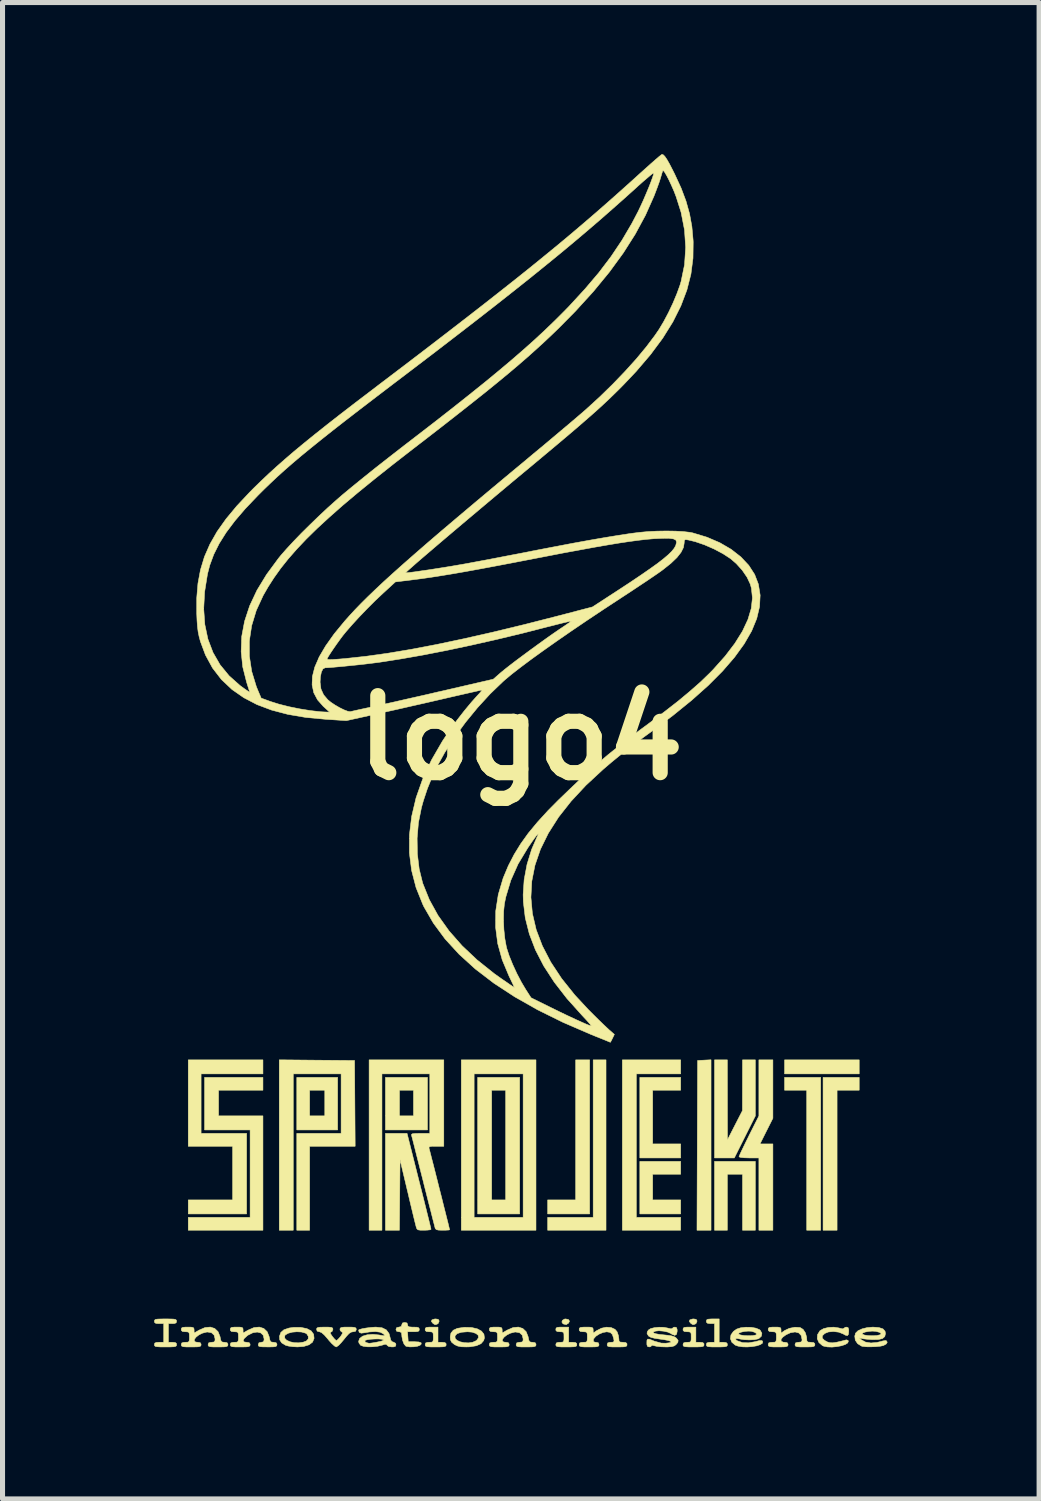
<source format=kicad_pcb>
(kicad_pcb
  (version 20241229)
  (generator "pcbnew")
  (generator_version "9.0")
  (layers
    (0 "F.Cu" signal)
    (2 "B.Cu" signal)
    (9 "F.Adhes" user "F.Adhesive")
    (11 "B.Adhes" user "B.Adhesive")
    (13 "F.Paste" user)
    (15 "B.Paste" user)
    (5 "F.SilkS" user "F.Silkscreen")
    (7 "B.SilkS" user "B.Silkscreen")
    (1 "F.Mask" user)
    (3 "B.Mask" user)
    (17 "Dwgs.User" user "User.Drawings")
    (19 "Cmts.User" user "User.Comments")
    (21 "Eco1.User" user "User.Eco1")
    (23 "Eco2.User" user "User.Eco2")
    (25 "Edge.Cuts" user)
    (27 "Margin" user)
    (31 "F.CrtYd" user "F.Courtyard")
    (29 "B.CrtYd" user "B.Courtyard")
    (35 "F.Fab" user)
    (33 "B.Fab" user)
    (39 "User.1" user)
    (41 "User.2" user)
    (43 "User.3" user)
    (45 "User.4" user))
  (footprint "logo4"
    (layer "F.Cu")
    (at 7.256 11.55)
    (property "Reference" "logo4" (at 0 0 0) (layer "F.SilkS") (effects (font (size 1.524 1.524) (thickness 0.3))))
    (attr through_hole)
    (fp_poly (pts (xy 6.696 6.65) (xy 5.219 6.65) (xy 5.219 6.373) (xy 6.696 6.373) (xy 6.696 6.65)) (stroke (width 0.01) (type solid)) (fill yes) (layer "F.SilkS"))
    (fp_poly (pts (xy 3.764 9.744) (xy 3.486 9.744) (xy 3.492 8.065) (xy 3.498 6.385) (xy 3.764 6.371) (xy 3.764 9.744)) (stroke (width 0.01) (type solid)) (fill yes) (layer "F.SilkS"))
    (fp_poly (pts (xy 1.362 9.421) (xy 0.531 9.421) (xy 0.531 9.144) (xy 1.085 9.144) (xy 1.085 6.373) (xy 1.362 6.373) (xy 1.362 9.421)) (stroke (width 0.01) (type solid)) (fill yes) (layer "F.SilkS"))
    (fp_poly (pts (xy 1.686 9.744) (xy 0.531 9.744) (xy 0.531 9.49) (xy 1.432 9.49) (xy 1.432 6.373) (xy 1.686 6.373) (xy 1.686 9.744)) (stroke (width 0.01) (type solid)) (fill yes) (layer "F.SilkS"))
    (fp_poly (pts (xy 5.934 9.744) (xy 5.657 9.744) (xy 5.657 6.973) (xy 5.219 6.973) (xy 5.219 6.719) (xy 5.934 6.719) (xy 5.934 9.744)) (stroke (width 0.01) (type solid)) (fill yes) (layer "F.SilkS"))
    (fp_poly (pts (xy 6.696 6.973) (xy 6.258 6.973) (xy 6.258 9.744) (xy 5.981 9.744) (xy 5.981 6.719) (xy 6.696 6.719) (xy 6.696 6.973)) (stroke (width 0.01) (type solid)) (fill yes) (layer "F.SilkS"))
    (fp_poly (pts (xy 3.163 6.65) (xy 2.286 6.65) (xy 2.286 9.49) (xy 3.163 9.49) (xy 3.163 9.744) (xy 2.009 9.744) (xy 2.009 6.373) (xy 3.163 6.373) (xy 3.163 6.65)) (stroke (width 0.01) (type solid)) (fill yes) (layer "F.SilkS"))
    (fp_poly (pts (xy 3.163 6.973) (xy 2.609 6.973) (xy 2.609 8.036) (xy 3.163 8.036) (xy 3.163 8.313) (xy 2.355 8.313) (xy 2.355 6.719) (xy 3.163 6.719) (xy 3.163 6.973)) (stroke (width 0.01) (type solid)) (fill yes) (layer "F.SilkS"))
    (fp_poly (pts (xy 3.163 8.636) (xy 2.609 8.636) (xy 2.609 9.144) (xy 3.163 9.144) (xy 3.163 9.421) (xy 2.355 9.421) (xy 2.355 8.382) (xy 3.163 8.382) (xy 3.163 8.636)) (stroke (width 0.01) (type solid)) (fill yes) (layer "F.SilkS"))
    (fp_poly (pts (xy 4.641 9.744) (xy 4.387 9.744) (xy 4.387 8.636) (xy 4.087 8.636) (xy 4.087 9.744) (xy 3.833 9.744) (xy 3.833 8.382) (xy 4.641 8.382) (xy 4.641 9.744)) (stroke (width 0.01) (type solid)) (fill yes) (layer "F.SilkS"))
    (fp_poly (pts (xy 0.943 11.511) (xy 0.963 11.543) (xy 0.946 11.581) (xy 0.899 11.612) (xy 0.843 11.599) (xy 0.834 11.594) (xy 0.812 11.561) (xy 0.824 11.526) (xy 0.864 11.502) (xy 0.887 11.499) (xy 0.943 11.511)) (stroke (width 0.01) (type solid)) (fill yes) (layer "F.SilkS"))
    (fp_poly (pts (xy -3.625 7.759) (xy -4.433 7.759) (xy -4.433 6.973) (xy -4.179 6.973) (xy -4.179 7.481) (xy -3.879 7.481) (xy -3.879 6.973) (xy -4.179 6.973) (xy -4.433 6.973) (xy -4.433 6.719) (xy -3.625 6.719) (xy -3.625 7.759)) (stroke (width 0.01) (type solid)) (fill yes) (layer "F.SilkS"))
    (fp_poly (pts (xy -1.847 7.759) (xy -2.679 7.759) (xy -2.679 6.973) (xy -2.401 6.973) (xy -2.401 7.481) (xy -2.124 7.481) (xy -2.124 6.973) (xy -2.401 6.973) (xy -2.679 6.973) (xy -2.679 6.719) (xy -1.847 6.719) (xy -1.847 7.759)) (stroke (width 0.01) (type solid)) (fill yes) (layer "F.SilkS"))
    (fp_poly (pts (xy -0.023 9.421) (xy -0.854 9.421) (xy -0.854 6.973) (xy -0.577 6.973) (xy -0.577 9.144) (xy -0.3 9.144) (xy -0.3 6.973) (xy -0.577 6.973) (xy -0.854 6.973) (xy -0.854 6.719) (xy -0.023 6.719) (xy -0.023 9.421)) (stroke (width 0.01) (type solid)) (fill yes) (layer "F.SilkS"))
    (fp_poly (pts (xy 0.3 9.744) (xy -1.178 9.744) (xy -1.178 6.65) (xy -0.924 6.65) (xy -0.924 9.49) (xy 0.046 9.49) (xy 0.046 6.65) (xy -0.924 6.65) (xy -1.178 6.65) (xy -1.178 6.373) (xy 0.3 6.373) (xy 0.3 9.744)) (stroke (width 0.01) (type solid)) (fill yes) (layer "F.SilkS"))
    (fp_poly (pts (xy -5.103 6.65) (xy -6.327 6.65) (xy -6.327 7.828) (xy -5.426 7.828) (xy -5.426 9.421) (xy -6.581 9.421) (xy -6.581 9.144) (xy -5.703 9.144) (xy -5.703 8.082) (xy -6.581 8.082) (xy -6.581 6.373) (xy -5.103 6.373) (xy -5.103 6.65)) (stroke (width 0.01) (type solid)) (fill yes) (layer "F.SilkS"))
    (fp_poly (pts (xy -5.103 6.973) (xy -5.981 6.973) (xy -5.981 7.481) (xy -5.103 7.481) (xy -5.103 9.744) (xy -6.581 9.744) (xy -6.581 9.49) (xy -5.357 9.49) (xy -5.357 7.759) (xy -6.258 7.759) (xy -6.258 6.719) (xy -5.103 6.719) (xy -5.103 6.973)) (stroke (width 0.01) (type solid)) (fill yes) (layer "F.SilkS"))
    (fp_poly (pts (xy -1.634 11.507) (xy -1.617 11.536) (xy -1.616 11.543) (xy -1.633 11.586) (xy -1.653 11.601) (xy -1.686 11.612) (xy -1.708 11.608) (xy -1.742 11.584) (xy -1.771 11.547) (xy -1.758 11.517) (xy -1.709 11.501) (xy -1.684 11.499) (xy -1.634 11.507)) (stroke (width 0.01) (type solid)) (fill yes) (layer "F.SilkS"))
    (fp_poly (pts (xy 3.469 11.507) (xy 3.486 11.536) (xy 3.487 11.543) (xy 3.47 11.586) (xy 3.45 11.601) (xy 3.417 11.612) (xy 3.395 11.608) (xy 3.361 11.584) (xy 3.332 11.547) (xy 3.345 11.517) (xy 3.394 11.501) (xy 3.419 11.499) (xy 3.469 11.507)) (stroke (width 0.01) (type solid)) (fill yes) (layer "F.SilkS"))
    (fp_poly (pts (xy 4.089 7.955) (xy 4.237 7.666) (xy 4.385 7.378) (xy 4.386 6.875) (xy 4.387 6.373) (xy 4.641 6.373) (xy 4.641 7.482) (xy 4.433 7.897) (xy 4.225 8.313) (xy 3.833 8.313) (xy 3.833 6.373) (xy 4.087 6.373) (xy 4.089 7.955)) (stroke (width 0.01) (type solid)) (fill yes) (layer "F.SilkS"))
    (fp_poly (pts (xy -4.035 6.379) (xy -3.29 6.385) (xy -3.278 8.082) (xy -4.179 8.082) (xy -4.179 9.744) (xy -4.433 9.744) (xy -4.433 7.828) (xy -3.556 7.828) (xy -3.556 6.65) (xy -4.503 6.65) (xy -4.503 9.744) (xy -4.78 9.744) (xy -4.78 6.372) (xy -4.035 6.379)) (stroke (width 0.01) (type solid)) (fill yes) (layer "F.SilkS"))
    (fp_poly (pts (xy 4.988 7.528) (xy 4.86 7.782) (xy 4.733 8.036) (xy 4.988 8.036) (xy 4.988 9.744) (xy 4.711 9.744) (xy 4.711 8.313) (xy 4.514 8.313) (xy 4.417 8.31) (xy 4.35 8.303) (xy 4.319 8.292) (xy 4.318 8.289) (xy 4.328 8.262) (xy 4.355 8.201) (xy 4.398 8.112) (xy 4.451 8.002) (xy 4.512 7.879) (xy 4.514 7.874) (xy 4.711 7.482) (xy 4.711 6.373) (xy 4.988 6.373) (xy 4.988 7.528)) (stroke (width 0.01) (type solid)) (fill yes) (layer "F.SilkS"))
    (fp_poly (pts (xy 3.925 11.961) (xy 4.006 11.961) (xy 4.062 11.966) (xy 4.084 11.986) (xy 4.087 12.007) (xy 4.084 12.029) (xy 4.067 12.043) (xy 4.029 12.05) (xy 3.961 12.053) (xy 3.879 12.053) (xy 3.781 12.053) (xy 3.719 12.049) (xy 3.686 12.041) (xy 3.673 12.025) (xy 3.671 12.007) (xy 3.68 11.975) (xy 3.716 11.963) (xy 3.752 11.961) (xy 3.833 11.961) (xy 3.833 11.592) (xy 3.752 11.592) (xy 3.697 11.586) (xy 3.674 11.566) (xy 3.671 11.545) (xy 3.677 11.519) (xy 3.701 11.505) (xy 3.754 11.5) (xy 3.798 11.499) (xy 3.925 11.499) (xy 3.925 11.961)) (stroke (width 0.01) (type solid)) (fill yes) (layer "F.SilkS"))
    (fp_poly (pts (xy -2.465 7.828) (xy -2.251 7.828) (xy -2.014 8.769) (xy -1.963 8.97) (xy -1.916 9.157) (xy -1.874 9.326) (xy -1.838 9.471) (xy -1.809 9.588) (xy -1.789 9.672) (xy -1.778 9.719) (xy -1.777 9.727) (xy -1.799 9.736) (xy -1.853 9.742) (xy -1.915 9.744) (xy -1.992 9.743) (xy -2.035 9.736) (xy -2.057 9.716) (xy -2.071 9.678) (xy -2.073 9.669) (xy -2.084 9.627) (xy -2.104 9.547) (xy -2.131 9.436) (xy -2.164 9.299) (xy -2.201 9.144) (xy -2.24 8.977) (xy -2.242 8.971) (xy -2.39 8.348) (xy -2.396 9.046) (xy -2.402 9.744) (xy -2.679 9.744) (xy -2.679 7.828) (xy -2.465 7.828)) (stroke (width 0.01) (type solid)) (fill yes) (layer "F.SilkS"))
    (fp_poly (pts (xy -1.639 11.961) (xy -1.559 11.961) (xy -1.503 11.966) (xy -1.48 11.986) (xy -1.478 12.007) (xy -1.481 12.029) (xy -1.498 12.043) (xy -1.535 12.05) (xy -1.604 12.053) (xy -1.686 12.053) (xy -1.784 12.053) (xy -1.846 12.049) (xy -1.878 12.041) (xy -1.891 12.025) (xy -1.893 12.007) (xy -1.884 11.975) (xy -1.849 11.963) (xy -1.813 11.961) (xy -1.763 11.959) (xy -1.739 11.944) (xy -1.732 11.903) (xy -1.732 11.857) (xy -1.734 11.793) (xy -1.745 11.763) (xy -1.777 11.754) (xy -1.813 11.753) (xy -1.868 11.748) (xy -1.891 11.728) (xy -1.893 11.707) (xy -1.888 11.68) (xy -1.864 11.666) (xy -1.811 11.661) (xy -1.766 11.661) (xy -1.639 11.661) (xy -1.639 11.961)) (stroke (width 0.01) (type solid)) (fill yes) (layer "F.SilkS"))
    (fp_poly (pts (xy 0.947 11.961) (xy 1.028 11.961) (xy 1.083 11.966) (xy 1.106 11.986) (xy 1.108 12.007) (xy 1.105 12.029) (xy 1.089 12.043) (xy 1.051 12.05) (xy 0.982 12.053) (xy 0.901 12.053) (xy 0.802 12.053) (xy 0.74 12.049) (xy 0.708 12.041) (xy 0.695 12.025) (xy 0.693 12.007) (xy 0.702 11.975) (xy 0.737 11.963) (xy 0.774 11.961) (xy 0.823 11.959) (xy 0.847 11.944) (xy 0.854 11.903) (xy 0.854 11.857) (xy 0.853 11.793) (xy 0.841 11.763) (xy 0.81 11.754) (xy 0.774 11.753) (xy 0.718 11.748) (xy 0.695 11.728) (xy 0.693 11.707) (xy 0.698 11.68) (xy 0.722 11.666) (xy 0.775 11.661) (xy 0.82 11.661) (xy 0.947 11.661) (xy 0.947 11.961)) (stroke (width 0.01) (type solid)) (fill yes) (layer "F.SilkS"))
    (fp_poly (pts (xy 3.464 11.961) (xy 3.544 11.961) (xy 3.6 11.966) (xy 3.623 11.986) (xy 3.625 12.007) (xy 3.622 12.029) (xy 3.606 12.043) (xy 3.568 12.05) (xy 3.499 12.053) (xy 3.417 12.053) (xy 3.319 12.053) (xy 3.257 12.049) (xy 3.225 12.041) (xy 3.212 12.025) (xy 3.21 12.007) (xy 3.219 11.975) (xy 3.254 11.963) (xy 3.29 11.961) (xy 3.34 11.959) (xy 3.364 11.944) (xy 3.371 11.903) (xy 3.371 11.857) (xy 3.37 11.793) (xy 3.358 11.763) (xy 3.326 11.754) (xy 3.29 11.753) (xy 3.235 11.748) (xy 3.212 11.728) (xy 3.21 11.707) (xy 3.215 11.68) (xy 3.239 11.666) (xy 3.292 11.661) (xy 3.337 11.661) (xy 3.464 11.661) (xy 3.464 11.961)) (stroke (width 0.01) (type solid)) (fill yes) (layer "F.SilkS"))
    (fp_poly (pts (xy -6.929 11.5) (xy -6.865 11.503) (xy -6.83 11.511) (xy -6.815 11.525) (xy -6.812 11.545) (xy -6.821 11.577) (xy -6.856 11.59) (xy -6.893 11.592) (xy -6.973 11.592) (xy -6.973 11.961) (xy -6.893 11.961) (xy -6.837 11.966) (xy -6.814 11.986) (xy -6.812 12.007) (xy -6.815 12.029) (xy -6.831 12.042) (xy -6.867 12.05) (xy -6.933 12.053) (xy -7.031 12.053) (xy -7.133 12.053) (xy -7.197 12.049) (xy -7.233 12.042) (xy -7.248 12.028) (xy -7.251 12.007) (xy -7.243 11.977) (xy -7.211 11.964) (xy -7.158 11.961) (xy -7.066 11.961) (xy -7.066 11.592) (xy -7.158 11.592) (xy -7.219 11.588) (xy -7.245 11.572) (xy -7.251 11.545) (xy -7.247 11.524) (xy -7.232 11.51) (xy -7.195 11.503) (xy -7.129 11.5) (xy -7.031 11.499) (xy -6.929 11.5)) (stroke (width 0.01) (type solid)) (fill yes) (layer "F.SilkS"))
    (fp_poly (pts (xy -4.233 11.691) (xy -4.148 11.736) (xy -4.1 11.802) (xy -4.091 11.884) (xy -4.121 11.958) (xy -4.191 12.011) (xy -4.297 12.044) (xy -4.42 12.053) (xy -4.513 12.048) (xy -4.598 12.036) (xy -4.653 12.021) (xy -4.732 11.973) (xy -4.771 11.913) (xy -4.776 11.844) (xy -4.773 11.835) (xy -4.673 11.835) (xy -4.671 11.882) (xy -4.633 11.921) (xy -4.567 11.951) (xy -4.485 11.969) (xy -4.395 11.972) (xy -4.306 11.959) (xy -4.243 11.935) (xy -4.207 11.895) (xy -4.206 11.843) (xy -4.236 11.796) (xy -4.261 11.78) (xy -4.339 11.758) (xy -4.431 11.753) (xy -4.524 11.761) (xy -4.604 11.783) (xy -4.659 11.815) (xy -4.673 11.835) (xy -4.773 11.835) (xy -4.749 11.767) (xy -4.687 11.713) (xy -4.586 11.679) (xy -4.5 11.667) (xy -4.351 11.667) (xy -4.233 11.691)) (stroke (width 0.01) (type solid)) (fill yes) (layer "F.SilkS"))
    (fp_poly (pts (xy -0.973 11.669) (xy -0.861 11.695) (xy -0.778 11.74) (xy -0.73 11.801) (xy -0.72 11.876) (xy -0.736 11.929) (xy -0.788 11.989) (xy -0.88 12.03) (xy -1.008 12.051) (xy -1.081 12.053) (xy -1.179 12.05) (xy -1.248 12.036) (xy -1.305 12.01) (xy -1.319 12.001) (xy -1.371 11.958) (xy -1.393 11.911) (xy -1.397 11.859) (xy -1.393 11.836) (xy -1.302 11.836) (xy -1.3 11.883) (xy -1.263 11.923) (xy -1.199 11.952) (xy -1.12 11.969) (xy -1.034 11.973) (xy -0.953 11.961) (xy -0.886 11.931) (xy -0.872 11.92) (xy -0.837 11.87) (xy -0.843 11.824) (xy -0.887 11.787) (xy -0.962 11.761) (xy -1.054 11.753) (xy -1.179 11.763) (xy -1.262 11.791) (xy -1.302 11.836) (xy -1.393 11.836) (xy -1.383 11.779) (xy -1.336 11.722) (xy -1.255 11.685) (xy -1.134 11.667) (xy -1.111 11.665) (xy -0.973 11.669)) (stroke (width 0.01) (type solid)) (fill yes) (layer "F.SilkS"))
    (fp_poly (pts (xy -2.252 11.579) (xy -2.24 11.615) (xy -2.234 11.642) (xy -2.208 11.656) (xy -2.151 11.661) (xy -2.124 11.661) (xy -2.055 11.663) (xy -2.021 11.674) (xy -2.009 11.696) (xy -2.009 11.707) (xy -2.015 11.735) (xy -2.04 11.748) (xy -2.097 11.753) (xy -2.126 11.753) (xy -2.242 11.753) (xy -2.235 11.851) (xy -2.228 11.95) (xy -2.109 11.95) (xy -2.019 11.955) (xy -1.973 11.971) (xy -1.971 11.997) (xy -1.996 12.021) (xy -2.047 12.04) (xy -2.122 12.051) (xy -2.201 12.052) (xy -2.264 12.042) (xy -2.279 12.035) (xy -2.312 11.994) (xy -2.339 11.924) (xy -2.354 11.845) (xy -2.355 11.821) (xy -2.362 11.772) (xy -2.389 11.755) (xy -2.413 11.753) (xy -2.458 11.742) (xy -2.471 11.707) (xy -2.457 11.671) (xy -2.413 11.661) (xy -2.368 11.65) (xy -2.355 11.615) (xy -2.342 11.579) (xy -2.298 11.569) (xy -2.252 11.579)) (stroke (width 0.01) (type solid)) (fill yes) (layer "F.SilkS"))
    (fp_poly (pts (xy 6.476 11.671) (xy 6.488 11.71) (xy 6.489 11.738) (xy 6.483 11.804) (xy 6.462 11.83) (xy 6.419 11.819) (xy 6.38 11.796) (xy 6.291 11.761) (xy 6.187 11.748) (xy 6.087 11.757) (xy 6.015 11.786) (xy 5.967 11.833) (xy 5.965 11.879) (xy 6.008 11.922) (xy 6.009 11.923) (xy 6.062 11.953) (xy 6.113 11.969) (xy 6.172 11.972) (xy 6.248 11.961) (xy 6.351 11.937) (xy 6.441 11.913) (xy 6.474 11.923) (xy 6.482 11.939) (xy 6.469 11.974) (xy 6.42 12.005) (xy 6.345 12.03) (xy 6.255 12.047) (xy 6.159 12.056) (xy 6.069 12.053) (xy 5.994 12.038) (xy 5.969 12.027) (xy 5.899 11.967) (xy 5.866 11.891) (xy 5.871 11.81) (xy 5.917 11.736) (xy 5.923 11.73) (xy 5.991 11.691) (xy 6.086 11.668) (xy 6.192 11.662) (xy 6.29 11.677) (xy 6.308 11.682) (xy 6.368 11.696) (xy 6.392 11.685) (xy 6.419 11.665) (xy 6.444 11.661) (xy 6.476 11.671)) (stroke (width 0.01) (type solid)) (fill yes) (layer "F.SilkS"))
    (fp_poly (pts (xy -1.524 8.082) (xy -1.676 8.082) (xy -1.757 8.083) (xy -1.801 8.089) (xy -1.817 8.102) (xy -1.816 8.122) (xy -1.806 8.157) (xy -1.788 8.229) (xy -1.762 8.331) (xy -1.729 8.458) (xy -1.692 8.604) (xy -1.652 8.762) (xy -1.611 8.926) (xy -1.569 9.09) (xy -1.53 9.248) (xy -1.493 9.394) (xy -1.461 9.521) (xy -1.435 9.624) (xy -1.418 9.697) (xy -1.409 9.732) (xy -1.409 9.735) (xy -1.43 9.74) (xy -1.484 9.743) (xy -1.546 9.744) (xy -1.626 9.742) (xy -1.671 9.732) (xy -1.692 9.711) (xy -1.695 9.704) (xy -1.703 9.673) (xy -1.721 9.603) (xy -1.748 9.498) (xy -1.782 9.363) (xy -1.823 9.204) (xy -1.868 9.026) (xy -1.917 8.833) (xy -1.928 8.786) (xy -1.978 8.591) (xy -2.024 8.409) (xy -2.066 8.245) (xy -2.101 8.104) (xy -2.13 7.991) (xy -2.15 7.912) (xy -2.161 7.872) (xy -2.162 7.868) (xy -2.163 7.848) (xy -2.147 7.836) (xy -2.105 7.83) (xy -2.028 7.828) (xy -1.987 7.828) (xy -1.801 7.828) (xy -1.801 6.65) (xy -2.748 6.65) (xy -2.748 9.744) (xy -3.002 9.744) (xy -3.002 6.373) (xy -1.524 6.373) (xy -1.524 8.082)) (stroke (width 0.01) (type solid)) (fill yes) (layer "F.SilkS"))
    (fp_poly (pts (xy -3.333 11.662) (xy -3.284 11.668) (xy -3.262 11.681) (xy -3.256 11.703) (xy -3.256 11.707) (xy -3.268 11.742) (xy -3.311 11.753) (xy -3.32 11.753) (xy -3.359 11.761) (xy -3.4 11.788) (xy -3.45 11.842) (xy -3.499 11.903) (xy -3.557 11.972) (xy -3.609 12.025) (xy -3.647 12.051) (xy -3.653 12.053) (xy -3.685 12.036) (xy -3.736 11.991) (xy -3.795 11.926) (xy -3.813 11.903) (xy -3.886 11.819) (xy -3.942 11.77) (xy -3.984 11.753) (xy -3.987 11.753) (xy -4.03 11.741) (xy -4.041 11.707) (xy -4.037 11.683) (xy -4.017 11.669) (xy -3.972 11.663) (xy -3.892 11.661) (xy -3.879 11.661) (xy -3.794 11.662) (xy -3.745 11.668) (xy -3.723 11.681) (xy -3.718 11.704) (xy -3.718 11.705) (xy -3.734 11.746) (xy -3.753 11.757) (xy -3.771 11.769) (xy -3.763 11.796) (xy -3.729 11.846) (xy -3.688 11.895) (xy -3.656 11.924) (xy -3.648 11.926) (xy -3.623 11.909) (xy -3.584 11.867) (xy -3.567 11.846) (xy -3.533 11.794) (xy -3.526 11.768) (xy -3.543 11.757) (xy -3.573 11.731) (xy -3.579 11.705) (xy -3.574 11.682) (xy -3.553 11.669) (xy -3.506 11.662) (xy -3.424 11.661) (xy -3.417 11.661) (xy -3.333 11.662)) (stroke (width 0.01) (type solid)) (fill yes) (layer "F.SilkS"))
    (fp_poly (pts (xy 4.558 11.665) (xy 4.652 11.682) (xy 4.722 11.711) (xy 4.736 11.722) (xy 4.77 11.781) (xy 4.761 11.84) (xy 4.713 11.885) (xy 4.696 11.893) (xy 4.623 11.909) (xy 4.525 11.914) (xy 4.422 11.91) (xy 4.333 11.896) (xy 4.324 11.893) (xy 4.269 11.885) (xy 4.248 11.896) (xy 4.266 11.92) (xy 4.289 11.934) (xy 4.389 11.968) (xy 4.506 11.972) (xy 4.647 11.948) (xy 4.725 11.926) (xy 4.771 11.926) (xy 4.787 11.948) (xy 4.78 11.981) (xy 4.735 12.009) (xy 4.664 12.032) (xy 4.575 12.047) (xy 4.478 12.054) (xy 4.382 12.051) (xy 4.298 12.037) (xy 4.242 12.017) (xy 4.175 11.96) (xy 4.147 11.889) (xy 4.158 11.815) (xy 4.174 11.793) (xy 4.306 11.793) (xy 4.309 11.799) (xy 4.35 11.817) (xy 4.42 11.828) (xy 4.503 11.832) (xy 4.582 11.83) (xy 4.642 11.819) (xy 4.661 11.81) (xy 4.661 11.787) (xy 4.626 11.763) (xy 4.566 11.744) (xy 4.561 11.743) (xy 4.502 11.74) (xy 4.435 11.745) (xy 4.371 11.758) (xy 4.324 11.775) (xy 4.306 11.793) (xy 4.174 11.793) (xy 4.207 11.746) (xy 4.272 11.7) (xy 4.352 11.674) (xy 4.453 11.663) (xy 4.558 11.665)) (stroke (width 0.01) (type solid)) (fill yes) (layer "F.SilkS"))
    (fp_poly (pts (xy 7.087 11.67) (xy 7.166 11.696) (xy 7.207 11.741) (xy 7.216 11.788) (xy 7.202 11.848) (xy 7.157 11.887) (xy 7.077 11.906) (xy 6.959 11.909) (xy 6.939 11.908) (xy 6.85 11.901) (xy 6.775 11.892) (xy 6.731 11.882) (xy 6.703 11.874) (xy 6.709 11.885) (xy 6.738 11.912) (xy 6.82 11.957) (xy 6.928 11.975) (xy 7.049 11.964) (xy 7.099 11.952) (xy 7.167 11.934) (xy 7.217 11.927) (xy 7.231 11.929) (xy 7.251 11.959) (xy 7.231 11.994) (xy 7.176 12.025) (xy 7.174 12.026) (xy 7.112 12.039) (xy 7.024 12.048) (xy 6.925 12.051) (xy 6.832 12.05) (xy 6.762 12.042) (xy 6.743 12.037) (xy 6.665 11.989) (xy 6.618 11.919) (xy 6.608 11.838) (xy 6.622 11.793) (xy 6.753 11.793) (xy 6.757 11.799) (xy 6.8 11.818) (xy 6.872 11.829) (xy 6.957 11.832) (xy 7.04 11.828) (xy 7.103 11.814) (xy 7.118 11.807) (xy 7.129 11.786) (xy 7.099 11.765) (xy 7.033 11.747) (xy 7.019 11.744) (xy 6.954 11.74) (xy 6.883 11.746) (xy 6.818 11.758) (xy 6.771 11.775) (xy 6.753 11.793) (xy 6.622 11.793) (xy 6.626 11.778) (xy 6.672 11.733) (xy 6.752 11.696) (xy 6.853 11.671) (xy 6.964 11.661) (xy 6.968 11.661) (xy 7.087 11.67)) (stroke (width 0.01) (type solid)) (fill yes) (layer "F.SilkS"))
    (fp_poly (pts (xy 3.081 11.671) (xy 3.093 11.708) (xy 3.094 11.742) (xy 3.082 11.803) (xy 3.048 11.824) (xy 2.993 11.804) (xy 2.97 11.788) (xy 2.909 11.76) (xy 2.823 11.741) (xy 2.733 11.733) (xy 2.666 11.74) (xy 2.623 11.757) (xy 2.624 11.775) (xy 2.665 11.791) (xy 2.744 11.806) (xy 2.788 11.81) (xy 2.901 11.822) (xy 2.977 11.833) (xy 3.027 11.847) (xy 3.061 11.865) (xy 3.081 11.882) (xy 3.113 11.925) (xy 3.107 11.964) (xy 3.071 12.007) (xy 3.036 12.033) (xy 2.986 12.047) (xy 2.909 12.053) (xy 2.865 12.053) (xy 2.774 12.05) (xy 2.694 12.042) (xy 2.645 12.031) (xy 2.598 12.02) (xy 2.586 12.031) (xy 2.567 12.049) (xy 2.54 12.053) (xy 2.508 12.044) (xy 2.495 12.009) (xy 2.494 11.973) (xy 2.496 11.922) (xy 2.51 11.899) (xy 2.543 11.9) (xy 2.606 11.924) (xy 2.641 11.939) (xy 2.778 11.977) (xy 2.864 11.98) (xy 2.941 11.971) (xy 2.974 11.958) (xy 2.965 11.942) (xy 2.915 11.925) (xy 2.826 11.908) (xy 2.767 11.9) (xy 2.653 11.883) (xy 2.578 11.865) (xy 2.535 11.843) (xy 2.524 11.832) (xy 2.498 11.789) (xy 2.502 11.755) (xy 2.525 11.719) (xy 2.569 11.691) (xy 2.643 11.672) (xy 2.734 11.663) (xy 2.827 11.665) (xy 2.907 11.68) (xy 2.914 11.682) (xy 2.974 11.696) (xy 2.998 11.685) (xy 3.024 11.665) (xy 3.05 11.661) (xy 3.081 11.671)) (stroke (width 0.01) (type solid)) (fill yes) (layer "F.SilkS"))
    (fp_poly (pts (xy -2.746 11.674) (xy -2.662 11.715) (xy -2.609 11.786) (xy -2.589 11.858) (xy -2.572 11.922) (xy -2.545 11.951) (xy -2.522 11.957) (xy -2.479 11.98) (xy -2.471 12.009) (xy -2.48 12.04) (xy -2.517 12.052) (xy -2.552 12.053) (xy -2.615 12.044) (xy -2.646 12.02) (xy -2.66 12.002) (xy -2.69 12.001) (xy -2.747 12.019) (xy -2.753 12.02) (xy -2.835 12.04) (xy -2.933 12.05) (xy -3.031 12.051) (xy -3.114 12.041) (xy -3.168 12.022) (xy -3.169 12.021) (xy -3.202 11.977) (xy -3.21 11.945) (xy -3.205 11.93) (xy -3.088 11.93) (xy -3.077 11.957) (xy -3.055 11.968) (xy -3.015 11.978) (xy -3.004 11.982) (xy -2.978 11.979) (xy -2.919 11.971) (xy -2.846 11.958) (xy -2.766 11.941) (xy -2.723 11.924) (xy -2.719 11.911) (xy -2.753 11.9) (xy -2.816 11.895) (xy -2.894 11.896) (xy -2.974 11.901) (xy -3.041 11.911) (xy -3.082 11.924) (xy -3.088 11.93) (xy -3.205 11.93) (xy -3.189 11.885) (xy -3.13 11.84) (xy -3.041 11.813) (xy -2.928 11.804) (xy -2.799 11.817) (xy -2.797 11.818) (xy -2.727 11.83) (xy -2.695 11.832) (xy -2.695 11.821) (xy -2.718 11.796) (xy -2.719 11.795) (xy -2.78 11.762) (xy -2.875 11.749) (xy -2.993 11.756) (xy -3.087 11.772) (xy -3.16 11.781) (xy -3.199 11.763) (xy -3.21 11.719) (xy -3.189 11.707) (xy -3.134 11.692) (xy -3.059 11.679) (xy -2.974 11.668) (xy -2.894 11.662) (xy -2.866 11.661) (xy -2.746 11.674)) (stroke (width 0.01) (type solid)) (fill yes) (layer "F.SilkS"))
    (fp_poly (pts (xy -5.086 11.688) (xy -5.019 11.752) (xy -4.98 11.85) (xy -4.977 11.865) (xy -4.963 11.926) (xy -4.942 11.954) (xy -4.903 11.961) (xy -4.893 11.961) (xy -4.843 11.969) (xy -4.826 11.997) (xy -4.826 12.007) (xy -4.83 12.03) (xy -4.848 12.044) (xy -4.889 12.051) (xy -4.962 12.053) (xy -5.011 12.053) (xy -5.103 12.052) (xy -5.158 12.048) (xy -5.186 12.038) (xy -5.195 12.019) (xy -5.195 12.007) (xy -5.182 11.971) (xy -5.138 11.961) (xy -5.096 11.953) (xy -5.081 11.92) (xy -5.08 11.895) (xy -5.098 11.822) (xy -5.146 11.776) (xy -5.216 11.759) (xy -5.301 11.772) (xy -5.393 11.817) (xy -5.417 11.834) (xy -5.476 11.889) (xy -5.494 11.93) (xy -5.472 11.955) (xy -5.426 11.961) (xy -5.376 11.968) (xy -5.358 11.995) (xy -5.357 12.007) (xy -5.361 12.03) (xy -5.378 12.043) (xy -5.417 12.051) (xy -5.488 12.053) (xy -5.553 12.053) (xy -5.649 12.053) (xy -5.707 12.049) (xy -5.737 12.039) (xy -5.748 12.023) (xy -5.75 12.007) (xy -5.741 11.975) (xy -5.705 11.963) (xy -5.669 11.961) (xy -5.619 11.959) (xy -5.596 11.944) (xy -5.588 11.903) (xy -5.588 11.857) (xy -5.59 11.793) (xy -5.601 11.763) (xy -5.633 11.754) (xy -5.669 11.753) (xy -5.725 11.748) (xy -5.747 11.728) (xy -5.75 11.707) (xy -5.744 11.68) (xy -5.72 11.666) (xy -5.667 11.661) (xy -5.623 11.661) (xy -5.55 11.662) (xy -5.512 11.67) (xy -5.498 11.69) (xy -5.496 11.72) (xy -5.496 11.778) (xy -5.395 11.72) (xy -5.28 11.67) (xy -5.175 11.66) (xy -5.086 11.688)) (stroke (width 0.01) (type solid)) (fill yes) (layer "F.SilkS"))
    (fp_poly (pts (xy -6.057 11.688) (xy -5.991 11.751) (xy -5.952 11.849) (xy -5.949 11.864) (xy -5.936 11.925) (xy -5.916 11.953) (xy -5.878 11.961) (xy -5.865 11.961) (xy -5.814 11.968) (xy -5.796 11.996) (xy -5.796 12.007) (xy -5.799 12.03) (xy -5.816 12.043) (xy -5.856 12.051) (xy -5.926 12.053) (xy -5.992 12.053) (xy -6.088 12.053) (xy -6.146 12.049) (xy -6.176 12.039) (xy -6.187 12.023) (xy -6.188 12.007) (xy -6.177 11.973) (xy -6.137 11.962) (xy -6.119 11.961) (xy -6.07 11.955) (xy -6.052 11.929) (xy -6.05 11.895) (xy -6.069 11.82) (xy -6.121 11.772) (xy -6.199 11.758) (xy -6.225 11.761) (xy -6.304 11.782) (xy -6.371 11.816) (xy -6.424 11.857) (xy -6.456 11.898) (xy -6.462 11.933) (xy -6.437 11.956) (xy -6.396 11.961) (xy -6.345 11.968) (xy -6.328 11.995) (xy -6.327 12.007) (xy -6.331 12.03) (xy -6.348 12.043) (xy -6.387 12.051) (xy -6.458 12.053) (xy -6.523 12.053) (xy -6.619 12.053) (xy -6.677 12.049) (xy -6.707 12.039) (xy -6.718 12.023) (xy -6.719 12.007) (xy -6.71 11.975) (xy -6.675 11.963) (xy -6.639 11.961) (xy -6.589 11.959) (xy -6.565 11.944) (xy -6.558 11.903) (xy -6.558 11.857) (xy -6.56 11.793) (xy -6.571 11.763) (xy -6.603 11.754) (xy -6.639 11.753) (xy -6.694 11.748) (xy -6.717 11.728) (xy -6.719 11.707) (xy -6.714 11.68) (xy -6.69 11.666) (xy -6.637 11.661) (xy -6.592 11.661) (xy -6.52 11.662) (xy -6.482 11.67) (xy -6.468 11.69) (xy -6.465 11.72) (xy -6.465 11.778) (xy -6.365 11.72) (xy -6.25 11.67) (xy -6.145 11.66) (xy -6.057 11.688)) (stroke (width 0.01) (type solid)) (fill yes) (layer "F.SilkS"))
    (fp_poly (pts (xy 0.039 11.688) (xy 0.105 11.751) (xy 0.144 11.849) (xy 0.147 11.864) (xy 0.16 11.925) (xy 0.18 11.953) (xy 0.218 11.961) (xy 0.231 11.961) (xy 0.282 11.968) (xy 0.3 11.996) (xy 0.3 12.007) (xy 0.297 12.03) (xy 0.28 12.043) (xy 0.24 12.051) (xy 0.17 12.053) (xy 0.104 12.053) (xy 0.008 12.053) (xy -0.05 12.049) (xy -0.08 12.039) (xy -0.091 12.023) (xy -0.092 12.007) (xy -0.081 11.973) (xy -0.041 11.962) (xy -0.023 11.961) (xy 0.026 11.955) (xy 0.044 11.929) (xy 0.046 11.895) (xy 0.027 11.82) (xy -0.025 11.772) (xy -0.103 11.758) (xy -0.129 11.761) (xy -0.208 11.782) (xy -0.275 11.816) (xy -0.328 11.857) (xy -0.36 11.898) (xy -0.366 11.933) (xy -0.341 11.956) (xy -0.3 11.961) (xy -0.249 11.968) (xy -0.232 11.995) (xy -0.231 12.007) (xy -0.235 12.03) (xy -0.252 12.043) (xy -0.291 12.051) (xy -0.362 12.053) (xy -0.427 12.053) (xy -0.523 12.053) (xy -0.581 12.049) (xy -0.611 12.039) (xy -0.622 12.023) (xy -0.623 12.007) (xy -0.614 11.975) (xy -0.579 11.963) (xy -0.543 11.961) (xy -0.493 11.959) (xy -0.469 11.944) (xy -0.462 11.903) (xy -0.462 11.857) (xy -0.464 11.793) (xy -0.475 11.763) (xy -0.507 11.754) (xy -0.543 11.753) (xy -0.598 11.748) (xy -0.621 11.728) (xy -0.623 11.707) (xy -0.618 11.68) (xy -0.594 11.666) (xy -0.541 11.661) (xy -0.496 11.661) (xy -0.424 11.662) (xy -0.386 11.67) (xy -0.372 11.69) (xy -0.369 11.72) (xy -0.369 11.778) (xy -0.269 11.72) (xy -0.154 11.67) (xy -0.049 11.66) (xy 0.039 11.688)) (stroke (width 0.01) (type solid)) (fill yes) (layer "F.SilkS"))
    (fp_poly (pts (xy 5.095 11.662) (xy 5.133 11.67) (xy 5.147 11.69) (xy 5.149 11.72) (xy 5.149 11.78) (xy 5.22 11.729) (xy 5.313 11.685) (xy 5.424 11.663) (xy 5.527 11.669) (xy 5.528 11.67) (xy 5.586 11.706) (xy 5.631 11.774) (xy 5.655 11.859) (xy 5.657 11.891) (xy 5.662 11.938) (xy 5.684 11.957) (xy 5.738 11.961) (xy 5.794 11.966) (xy 5.816 11.986) (xy 5.819 12.007) (xy 5.815 12.03) (xy 5.798 12.043) (xy 5.759 12.051) (xy 5.688 12.053) (xy 5.623 12.053) (xy 5.527 12.053) (xy 5.469 12.049) (xy 5.439 12.039) (xy 5.428 12.023) (xy 5.426 12.007) (xy 5.437 11.973) (xy 5.478 11.962) (xy 5.496 11.961) (xy 5.546 11.955) (xy 5.564 11.928) (xy 5.565 11.909) (xy 5.548 11.827) (xy 5.5 11.776) (xy 5.427 11.757) (xy 5.336 11.772) (xy 5.249 11.812) (xy 5.182 11.861) (xy 5.149 11.906) (xy 5.153 11.941) (xy 5.195 11.96) (xy 5.219 11.961) (xy 5.269 11.968) (xy 5.287 11.995) (xy 5.288 12.007) (xy 5.284 12.03) (xy 5.267 12.043) (xy 5.228 12.051) (xy 5.157 12.053) (xy 5.092 12.053) (xy 4.996 12.053) (xy 4.938 12.049) (xy 4.908 12.039) (xy 4.897 12.023) (xy 4.895 12.007) (xy 4.904 11.975) (xy 4.94 11.963) (xy 4.976 11.961) (xy 5.026 11.959) (xy 5.049 11.944) (xy 5.056 11.903) (xy 5.057 11.857) (xy 5.055 11.793) (xy 5.043 11.763) (xy 5.012 11.754) (xy 4.976 11.753) (xy 4.92 11.748) (xy 4.898 11.728) (xy 4.895 11.707) (xy 4.901 11.68) (xy 4.925 11.666) (xy 4.978 11.661) (xy 5.022 11.661) (xy 5.095 11.662)) (stroke (width 0.01) (type solid)) (fill yes) (layer "F.SilkS"))
    (fp_poly (pts (xy 1.37 11.662) (xy 1.411 11.669) (xy 1.428 11.685) (xy 1.432 11.717) (xy 1.432 11.72) (xy 1.432 11.78) (xy 1.499 11.732) (xy 1.594 11.683) (xy 1.694 11.662) (xy 1.788 11.67) (xy 1.864 11.705) (xy 1.905 11.753) (xy 1.93 11.825) (xy 1.94 11.891) (xy 1.944 11.938) (xy 1.967 11.957) (xy 2.02 11.961) (xy 2.076 11.966) (xy 2.099 11.986) (xy 2.101 12.007) (xy 2.098 12.03) (xy 2.081 12.043) (xy 2.041 12.051) (xy 1.971 12.053) (xy 1.905 12.053) (xy 1.81 12.053) (xy 1.751 12.049) (xy 1.721 12.039) (xy 1.71 12.023) (xy 1.709 12.007) (xy 1.719 11.974) (xy 1.758 11.962) (xy 1.781 11.961) (xy 1.83 11.958) (xy 1.845 11.937) (xy 1.838 11.888) (xy 1.812 11.808) (xy 1.769 11.766) (xy 1.701 11.754) (xy 1.7 11.754) (xy 1.626 11.767) (xy 1.548 11.8) (xy 1.482 11.844) (xy 1.442 11.892) (xy 1.436 11.91) (xy 1.439 11.948) (xy 1.472 11.961) (xy 1.488 11.961) (xy 1.534 11.971) (xy 1.547 12.007) (xy 1.547 12.007) (xy 1.543 12.03) (xy 1.526 12.043) (xy 1.487 12.051) (xy 1.416 12.053) (xy 1.351 12.053) (xy 1.255 12.053) (xy 1.197 12.049) (xy 1.167 12.039) (xy 1.156 12.023) (xy 1.155 12.007) (xy 1.164 11.975) (xy 1.199 11.963) (xy 1.235 11.961) (xy 1.285 11.959) (xy 1.309 11.944) (xy 1.316 11.903) (xy 1.316 11.857) (xy 1.314 11.793) (xy 1.303 11.763) (xy 1.271 11.754) (xy 1.235 11.753) (xy 1.18 11.748) (xy 1.157 11.728) (xy 1.155 11.707) (xy 1.16 11.681) (xy 1.182 11.667) (xy 1.232 11.662) (xy 1.293 11.661) (xy 1.37 11.662)) (stroke (width 0.01) (type solid)) (fill yes) (layer "F.SilkS"))
    (fp_poly (pts (xy 2.82 -11.536) (xy 2.851 -11.504) (xy 2.891 -11.445) (xy 2.942 -11.356) (xy 3.007 -11.23) (xy 3.044 -11.156) (xy 3.172 -10.878) (xy 3.269 -10.62) (xy 3.339 -10.37) (xy 3.385 -10.117) (xy 3.409 -9.85) (xy 3.411 -9.812) (xy 3.407 -9.491) (xy 3.366 -9.175) (xy 3.286 -8.861) (xy 3.167 -8.547) (xy 3.009 -8.231) (xy 2.809 -7.91) (xy 2.567 -7.584) (xy 2.282 -7.25) (xy 2.035 -6.989) (xy 1.937 -6.89) (xy 1.839 -6.794) (xy 1.74 -6.698) (xy 1.635 -6.6) (xy 1.522 -6.496) (xy 1.396 -6.384) (xy 1.256 -6.262) (xy 1.098 -6.125) (xy 0.918 -5.972) (xy 0.714 -5.8) (xy 0.482 -5.606) (xy 0.22 -5.387) (xy 0.05 -5.246) (xy -0.17 -5.063) (xy -0.392 -4.877) (xy -0.615 -4.69) (xy -0.835 -4.505) (xy -1.05 -4.324) (xy -1.256 -4.15) (xy -1.451 -3.985) (xy -1.632 -3.831) (xy -1.797 -3.69) (xy -1.942 -3.566) (xy -2.065 -3.46) (xy -2.162 -3.374) (xy -2.233 -3.312) (xy -2.272 -3.275) (xy -2.28 -3.266) (xy -2.254 -3.266) (xy -2.19 -3.273) (xy -2.093 -3.285) (xy -1.971 -3.303) (xy -1.83 -3.323) (xy -1.676 -3.347) (xy -1.517 -3.372) (xy -1.359 -3.398) (xy -1.209 -3.424) (xy -1.189 -3.427) (xy -1.06 -3.45) (xy -0.895 -3.481) (xy -0.7 -3.517) (xy -0.486 -3.558) (xy -0.259 -3.602) (xy -0.028 -3.646) (xy 0.199 -3.69) (xy 0.219 -3.695) (xy 0.636 -3.775) (xy 1.019 -3.848) (xy 1.366 -3.911) (xy 1.677 -3.965) (xy 1.947 -4.009) (xy 2.177 -4.044) (xy 2.344 -4.065) (xy 2.514 -4.081) (xy 2.697 -4.09) (xy 2.883 -4.093) (xy 3.06 -4.09) (xy 3.218 -4.081) (xy 3.347 -4.066) (xy 3.402 -4.055) (xy 3.683 -3.97) (xy 3.937 -3.861) (xy 4.162 -3.73) (xy 4.354 -3.58) (xy 4.51 -3.414) (xy 4.627 -3.233) (xy 4.701 -3.04) (xy 4.701 -3.04) (xy 4.736 -2.822) (xy 4.724 -2.595) (xy 4.668 -2.359) (xy 4.567 -2.113) (xy 4.42 -1.858) (xy 4.228 -1.593) (xy 3.991 -1.319) (xy 3.709 -1.036) (xy 3.382 -0.744) (xy 3.01 -0.442) (xy 2.667 -0.185) (xy 2.444 -0.022) (xy 2.251 0.122) (xy 2.083 0.251) (xy 1.931 0.371) (xy 1.788 0.488) (xy 1.648 0.608) (xy 1.628 0.625) (xy 1.288 0.94) (xy 0.994 1.256) (xy 0.746 1.571) (xy 0.545 1.887) (xy 0.389 2.204) (xy 0.28 2.521) (xy 0.217 2.838) (xy 0.2 3.156) (xy 0.229 3.476) (xy 0.304 3.796) (xy 0.426 4.117) (xy 0.593 4.439) (xy 0.807 4.763) (xy 1.067 5.088) (xy 1.339 5.381) (xy 1.442 5.484) (xy 1.543 5.584) (xy 1.633 5.671) (xy 1.705 5.739) (xy 1.739 5.771) (xy 1.851 5.869) (xy 1.813 5.948) (xy 1.788 5.998) (xy 1.773 6.024) (xy 1.771 6.025) (xy 1.749 6.016) (xy 1.692 5.992) (xy 1.605 5.957) (xy 1.495 5.913) (xy 1.377 5.865) (xy 0.832 5.629) (xy 0.332 5.382) (xy -0.123 5.124) (xy -0.534 4.855) (xy -0.9 4.575) (xy -1.221 4.283) (xy -1.498 3.981) (xy -1.73 3.667) (xy -1.918 3.342) (xy -1.941 3.293) (xy -2.073 2.964) (xy -2.161 2.625) (xy -2.205 2.276) (xy -2.204 1.988) (xy -2.052 1.988) (xy -2.047 2.297) (xy -2.011 2.596) (xy -1.943 2.872) (xy -1.938 2.886) (xy -1.81 3.204) (xy -1.638 3.516) (xy -1.421 3.82) (xy -1.163 4.114) (xy -0.864 4.396) (xy -0.525 4.667) (xy -0.371 4.776) (xy -0.28 4.838) (xy -0.205 4.89) (xy -0.151 4.926) (xy -0.127 4.941) (xy -0.127 4.941) (xy -0.135 4.922) (xy -0.159 4.87) (xy -0.196 4.793) (xy -0.233 4.716) (xy -0.368 4.394) (xy -0.457 4.072) (xy -0.499 3.749) (xy -0.498 3.608) (xy -0.343 3.608) (xy -0.335 3.794) (xy -0.316 3.974) (xy -0.287 4.132) (xy -0.278 4.168) (xy -0.23 4.315) (xy -0.161 4.485) (xy -0.079 4.663) (xy 0.011 4.835) (xy 0.099 4.983) (xy 0.203 5.144) (xy 0.604 5.342) (xy 0.773 5.425) (xy 0.932 5.501) (xy 1.077 5.569) (xy 1.201 5.625) (xy 1.299 5.668) (xy 1.366 5.694) (xy 1.394 5.702) (xy 1.387 5.687) (xy 1.352 5.645) (xy 1.296 5.582) (xy 1.224 5.505) (xy 1.209 5.489) (xy 0.913 5.159) (xy 0.661 4.834) (xy 0.453 4.514) (xy 0.289 4.196) (xy 0.168 3.88) (xy 0.088 3.563) (xy 0.05 3.245) (xy 0.046 3.103) (xy 0.066 2.807) (xy 0.123 2.504) (xy 0.214 2.208) (xy 0.31 1.986) (xy 0.338 1.925) (xy 0.345 1.899) (xy 0.33 1.91) (xy 0.292 1.957) (xy 0.231 2.042) (xy 0.147 2.165) (xy 0.137 2.18) (xy -0.054 2.497) (xy -0.198 2.82) (xy -0.297 3.149) (xy -0.325 3.287) (xy -0.34 3.434) (xy -0.343 3.608) (xy -0.498 3.608) (xy -0.496 3.425) (xy -0.446 3.101) (xy -0.35 2.777) (xy -0.247 2.531) (xy -0.133 2.31) (xy -0.002 2.097) (xy 0.15 1.885) (xy 0.329 1.669) (xy 0.538 1.44) (xy 0.742 1.234) (xy 0.966 1.018) (xy 1.168 0.826) (xy 1.356 0.654) (xy 1.537 0.494) (xy 1.721 0.339) (xy 1.914 0.184) (xy 2.125 0.021) (xy 2.361 -0.157) (xy 2.544 -0.292) (xy 2.848 -0.52) (xy 3.115 -0.728) (xy 3.349 -0.923) (xy 3.556 -1.105) (xy 3.738 -1.281) (xy 3.81 -1.355) (xy 4.043 -1.616) (xy 4.235 -1.868) (xy 4.386 -2.11) (xy 4.494 -2.341) (xy 4.56 -2.561) (xy 4.583 -2.768) (xy 4.563 -2.961) (xy 4.54 -3.043) (xy 4.477 -3.177) (xy 4.382 -3.316) (xy 4.264 -3.447) (xy 4.152 -3.544) (xy 4.002 -3.642) (xy 3.825 -3.736) (xy 3.635 -3.819) (xy 3.451 -3.882) (xy 3.319 -3.914) (xy 3.263 -3.923) (xy 3.239 -3.913) (xy 3.233 -3.877) (xy 3.233 -3.858) (xy 3.218 -3.766) (xy 3.17 -3.67) (xy 3.089 -3.567) (xy 2.97 -3.453) (xy 2.812 -3.327) (xy 2.767 -3.294) (xy 2.702 -3.248) (xy 2.605 -3.182) (xy 2.483 -3.099) (xy 2.341 -3.005) (xy 2.188 -2.903) (xy 2.028 -2.798) (xy 1.982 -2.768) (xy 1.636 -2.541) (xy 1.306 -2.321) (xy 0.995 -2.11) (xy 0.706 -1.91) (xy 0.441 -1.723) (xy 0.204 -1.552) (xy -0.003 -1.397) (xy -0.177 -1.262) (xy -0.315 -1.147) (xy -0.351 -1.115) (xy -0.606 -0.87) (xy -0.857 -0.596) (xy -1.096 -0.304) (xy -1.315 -0.004) (xy -1.507 0.294) (xy -1.635 0.525) (xy -1.754 0.772) (xy -1.849 1.006) (xy -1.929 1.247) (xy -1.967 1.384) (xy -2.026 1.68) (xy -2.052 1.988) (xy -2.204 1.988) (xy -2.204 1.919) (xy -2.16 1.556) (xy -2.073 1.187) (xy -1.942 0.815) (xy -1.768 0.44) (xy -1.551 0.065) (xy -1.4 -0.162) (xy -1.262 -0.35) (xy -1.117 -0.536) (xy -0.976 -0.706) (xy -0.869 -0.826) (xy -0.815 -0.884) (xy -0.779 -0.927) (xy -0.767 -0.946) (xy -0.768 -0.947) (xy -0.793 -0.942) (xy -0.857 -0.927) (xy -0.955 -0.905) (xy -1.082 -0.876) (xy -1.231 -0.842) (xy -1.397 -0.804) (xy -1.47 -0.787) (xy -1.686 -0.737) (xy -1.929 -0.681) (xy -2.182 -0.624) (xy -2.43 -0.567) (xy -2.66 -0.516) (xy -2.806 -0.483) (xy -3.452 -0.34) (xy -3.856 -0.366) (xy -4.252 -0.403) (xy -4.609 -0.464) (xy -4.932 -0.549) (xy -5.222 -0.658) (xy -5.482 -0.794) (xy -5.715 -0.956) (xy -5.716 -0.957) (xy -5.925 -1.154) (xy -6.1 -1.381) (xy -6.24 -1.638) (xy -6.34 -1.906) (xy -6.366 -2.003) (xy -6.385 -2.095) (xy -6.398 -2.196) (xy -6.407 -2.318) (xy -6.413 -2.459) (xy -6.413 -2.554) (xy -6.275 -2.554) (xy -6.253 -2.243) (xy -6.192 -1.954) (xy -6.091 -1.688) (xy -5.951 -1.445) (xy -5.772 -1.227) (xy -5.554 -1.033) (xy -5.473 -0.974) (xy -5.415 -0.934) (xy -5.376 -0.908) (xy -5.365 -0.901) (xy -5.37 -0.921) (xy -5.387 -0.976) (xy -5.412 -1.055) (xy -5.427 -1.104) (xy -5.503 -1.405) (xy -5.534 -1.705) (xy -5.526 -1.918) (xy -5.372 -1.918) (xy -5.371 -1.615) (xy -5.325 -1.313) (xy -5.233 -1.012) (xy -5.2 -0.932) (xy -5.138 -0.786) (xy -4.952 -0.718) (xy -4.783 -0.665) (xy -4.584 -0.615) (xy -4.371 -0.572) (xy -4.159 -0.538) (xy -3.964 -0.516) (xy -3.872 -0.511) (xy -3.783 -0.508) (xy -3.911 -0.625) (xy -4.023 -0.752) (xy -4.097 -0.892) (xy -4.13 -1.046) (xy -4.128 -1.102) (xy -3.972 -1.102) (xy -3.955 -0.967) (xy -3.903 -0.852) (xy -3.82 -0.754) (xy -3.758 -0.703) (xy -3.677 -0.649) (xy -3.587 -0.597) (xy -3.5 -0.554) (xy -3.427 -0.526) (xy -3.378 -0.517) (xy -3.373 -0.518) (xy -3.339 -0.526) (xy -3.269 -0.542) (xy -3.169 -0.564) (xy -3.049 -0.59) (xy -2.944 -0.612) (xy -2.835 -0.636) (xy -2.689 -0.669) (xy -2.512 -0.708) (xy -2.312 -0.754) (xy -2.095 -0.803) (xy -1.869 -0.854) (xy -1.642 -0.907) (xy -1.548 -0.928) (xy -0.545 -1.16) (xy -0.394 -1.292) (xy -0.326 -1.348) (xy -0.227 -1.426) (xy -0.105 -1.52) (xy 0.035 -1.624) (xy 0.186 -1.736) (xy 0.34 -1.848) (xy 0.49 -1.956) (xy 0.63 -2.055) (xy 0.754 -2.14) (xy 0.8 -2.171) (xy 0.881 -2.225) (xy 0.947 -2.271) (xy 0.99 -2.301) (xy 1 -2.308) (xy 0.984 -2.308) (xy 0.93 -2.296) (xy 0.843 -2.276) (xy 0.731 -2.248) (xy 0.599 -2.214) (xy 0.549 -2.202) (xy 0.035 -2.07) (xy -0.477 -1.947) (xy -0.981 -1.833) (xy -1.47 -1.729) (xy -1.937 -1.638) (xy -2.375 -1.561) (xy -2.778 -1.498) (xy -2.84 -1.489) (xy -2.946 -1.476) (xy -3.075 -1.46) (xy -3.219 -1.444) (xy -3.368 -1.429) (xy -3.515 -1.414) (xy -3.648 -1.402) (xy -3.76 -1.392) (xy -3.841 -1.387) (xy -3.872 -1.386) (xy -3.915 -1.364) (xy -3.947 -1.301) (xy -3.966 -1.204) (xy -3.972 -1.102) (xy -4.128 -1.102) (xy -4.124 -1.215) (xy -4.077 -1.4) (xy -4.007 -1.56) (xy -3.833 -1.56) (xy -3.822 -1.552) (xy -3.784 -1.548) (xy -3.716 -1.55) (xy -3.612 -1.557) (xy -3.468 -1.569) (xy -3.452 -1.571) (xy -3.057 -1.614) (xy -2.628 -1.674) (xy -2.163 -1.752) (xy -1.661 -1.848) (xy -1.121 -1.962) (xy -0.543 -2.093) (xy 0.076 -2.243) (xy 0.703 -2.403) (xy 1.418 -2.59) (xy 1.916 -2.914) (xy 2.166 -3.078) (xy 2.38 -3.222) (xy 2.559 -3.346) (xy 2.707 -3.452) (xy 2.825 -3.544) (xy 2.918 -3.623) (xy 2.986 -3.69) (xy 3.034 -3.749) (xy 3.064 -3.802) (xy 3.067 -3.811) (xy 3.082 -3.873) (xy 3.067 -3.914) (xy 3.018 -3.937) (xy 2.93 -3.948) (xy 2.876 -3.949) (xy 2.762 -3.946) (xy 2.636 -3.94) (xy 2.496 -3.928) (xy 2.338 -3.91) (xy 2.159 -3.886) (xy 1.957 -3.856) (xy 1.727 -3.818) (xy 1.467 -3.773) (xy 1.173 -3.719) (xy 0.842 -3.658) (xy 0.471 -3.586) (xy 0.242 -3.542) (xy -0.15 -3.466) (xy -0.502 -3.399) (xy -0.817 -3.34) (xy -1.098 -3.289) (xy -1.35 -3.245) (xy -1.576 -3.208) (xy -1.781 -3.176) (xy -1.968 -3.149) (xy -2.141 -3.127) (xy -2.147 -3.126) (xy -2.482 -3.085) (xy -2.729 -2.858) (xy -2.881 -2.715) (xy -3.038 -2.558) (xy -3.193 -2.397) (xy -3.336 -2.241) (xy -3.459 -2.1) (xy -3.524 -2.02) (xy -3.579 -1.946) (xy -3.641 -1.86) (xy -3.703 -1.771) (xy -3.759 -1.688) (xy -3.803 -1.619) (xy -3.829 -1.573) (xy -3.833 -1.56) (xy -4.007 -1.56) (xy -3.99 -1.601) (xy -3.862 -1.819) (xy -3.694 -2.056) (xy -3.484 -2.311) (xy -3.387 -2.42) (xy -3.28 -2.536) (xy -3.16 -2.66) (xy -3.027 -2.792) (xy -2.878 -2.935) (xy -2.712 -3.091) (xy -2.526 -3.26) (xy -2.32 -3.444) (xy -2.091 -3.645) (xy -1.838 -3.865) (xy -1.558 -4.105) (xy -1.25 -4.366) (xy -0.912 -4.651) (xy -0.543 -4.96) (xy -0.14 -5.296) (xy 0.058 -5.46) (xy 0.25 -5.621) (xy 0.441 -5.779) (xy 0.624 -5.933) (xy 0.795 -6.077) (xy 0.951 -6.208) (xy 1.085 -6.322) (xy 1.195 -6.416) (xy 1.275 -6.485) (xy 1.293 -6.501) (xy 1.561 -6.746) (xy 1.819 -6.998) (xy 2.063 -7.252) (xy 2.287 -7.5) (xy 2.485 -7.739) (xy 2.653 -7.962) (xy 2.736 -8.083) (xy 2.827 -8.236) (xy 2.921 -8.413) (xy 3.01 -8.601) (xy 3.088 -8.787) (xy 3.149 -8.955) (xy 3.171 -9.029) (xy 3.24 -9.363) (xy 3.262 -9.704) (xy 3.239 -10.05) (xy 3.171 -10.4) (xy 3.074 -10.706) (xy 3.03 -10.82) (xy 2.981 -10.932) (xy 2.933 -11.035) (xy 2.888 -11.122) (xy 2.85 -11.187) (xy 2.822 -11.222) (xy 2.809 -11.222) (xy 2.795 -11.181) (xy 2.775 -11.114) (xy 2.763 -11.072) (xy 2.74 -11.001) (xy 2.705 -10.903) (xy 2.663 -10.792) (xy 2.635 -10.719) (xy 2.467 -10.342) (xy 2.265 -9.968) (xy 2.027 -9.593) (xy 1.751 -9.215) (xy 1.436 -8.832) (xy 1.08 -8.441) (xy 0.758 -8.115) (xy 0.606 -7.968) (xy 0.452 -7.823) (xy 0.291 -7.676) (xy 0.122 -7.525) (xy -0.059 -7.368) (xy -0.255 -7.203) (xy -0.468 -7.027) (xy -0.702 -6.837) (xy -0.96 -6.632) (xy -1.244 -6.408) (xy -1.557 -6.163) (xy -1.903 -5.895) (xy -2.137 -5.715) (xy -2.537 -5.404) (xy -2.901 -5.115) (xy -3.23 -4.847) (xy -3.527 -4.597) (xy -3.793 -4.362) (xy -4.032 -4.142) (xy -4.245 -3.933) (xy -4.434 -3.733) (xy -4.603 -3.54) (xy -4.752 -3.353) (xy -4.884 -3.168) (xy -5.002 -2.984) (xy -5.098 -2.817) (xy -5.235 -2.52) (xy -5.326 -2.22) (xy -5.372 -1.918) (xy -5.526 -1.918) (xy -5.523 -2.005) (xy -5.466 -2.307) (xy -5.366 -2.611) (xy -5.221 -2.92) (xy -5.031 -3.232) (xy -4.796 -3.551) (xy -4.745 -3.614) (xy -4.636 -3.738) (xy -4.5 -3.885) (xy -4.343 -4.048) (xy -4.171 -4.218) (xy -3.994 -4.389) (xy -3.818 -4.554) (xy -3.649 -4.705) (xy -3.533 -4.806) (xy -3.339 -4.967) (xy -3.121 -5.144) (xy -2.878 -5.339) (xy -2.605 -5.553) (xy -2.299 -5.791) (xy -2.113 -5.934) (xy -1.711 -6.244) (xy -1.344 -6.531) (xy -1.01 -6.796) (xy -0.704 -7.042) (xy -0.425 -7.272) (xy -0.17 -7.487) (xy 0.065 -7.691) (xy 0.283 -7.886) (xy 0.486 -8.075) (xy 0.677 -8.259) (xy 0.859 -8.441) (xy 0.96 -8.545) (xy 1.269 -8.881) (xy 1.543 -9.204) (xy 1.785 -9.523) (xy 2.001 -9.845) (xy 2.196 -10.177) (xy 2.323 -10.419) (xy 2.371 -10.52) (xy 2.424 -10.636) (xy 2.477 -10.76) (xy 2.528 -10.881) (xy 2.572 -10.993) (xy 2.606 -11.086) (xy 2.627 -11.152) (xy 2.632 -11.178) (xy 2.616 -11.171) (xy 2.571 -11.137) (xy 2.503 -11.079) (xy 2.415 -11.004) (xy 2.314 -10.914) (xy 2.292 -10.893) (xy 2.045 -10.671) (xy 1.799 -10.453) (xy 1.55 -10.235) (xy 1.296 -10.017) (xy 1.033 -9.795) (xy 0.76 -9.568) (xy 0.473 -9.334) (xy 0.17 -9.089) (xy -0.152 -8.833) (xy -0.496 -8.562) (xy -0.864 -8.275) (xy -1.26 -7.969) (xy -1.685 -7.642) (xy -2.143 -7.293) (xy -2.517 -7.009) (xy -2.867 -6.742) (xy -3.183 -6.5) (xy -3.467 -6.281) (xy -3.723 -6.081) (xy -3.952 -5.899) (xy -4.159 -5.732) (xy -4.347 -5.578) (xy -4.517 -5.434) (xy -4.673 -5.298) (xy -4.818 -5.167) (xy -4.954 -5.039) (xy -5.086 -4.912) (xy -5.207 -4.791) (xy -5.453 -4.533) (xy -5.66 -4.291) (xy -5.831 -4.063) (xy -5.969 -3.843) (xy -6.076 -3.629) (xy -6.155 -3.416) (xy -6.2 -3.243) (xy -6.257 -2.888) (xy -6.275 -2.554) (xy -6.413 -2.554) (xy -6.413 -2.768) (xy -6.389 -3.055) (xy -6.339 -3.324) (xy -6.261 -3.582) (xy -6.152 -3.832) (xy -6.011 -4.08) (xy -5.834 -4.33) (xy -5.621 -4.587) (xy -5.368 -4.857) (xy -5.288 -4.938) (xy -5.14 -5.082) (xy -4.99 -5.224) (xy -4.833 -5.367) (xy -4.666 -5.514) (xy -4.487 -5.668) (xy -4.29 -5.831) (xy -4.074 -6.006) (xy -3.835 -6.196) (xy -3.569 -6.404) (xy -3.273 -6.632) (xy -2.943 -6.883) (xy -2.84 -6.962) (xy -2.358 -7.328) (xy -1.911 -7.669) (xy -1.496 -7.988) (xy -1.111 -8.285) (xy -0.752 -8.564) (xy -0.417 -8.827) (xy -0.103 -9.075) (xy 0.192 -9.311) (xy 0.471 -9.538) (xy 0.737 -9.756) (xy 0.992 -9.969) (xy 1.239 -10.179) (xy 1.481 -10.387) (xy 1.72 -10.596) (xy 1.959 -10.808) (xy 2.201 -11.025) (xy 2.354 -11.164) (xy 2.471 -11.269) (xy 2.577 -11.364) (xy 2.667 -11.443) (xy 2.736 -11.502) (xy 2.78 -11.537) (xy 2.794 -11.545) (xy 2.82 -11.536)) (stroke (width 0.01) (type solid)) (fill yes) (layer "F.SilkS")))
  (gr_rect
    (start -3 -3)
    (end 17.512 26.611)
    (stroke (width 0.1) (type default))
    (fill no)
    (layer "Edge.Cuts")))
</source>
